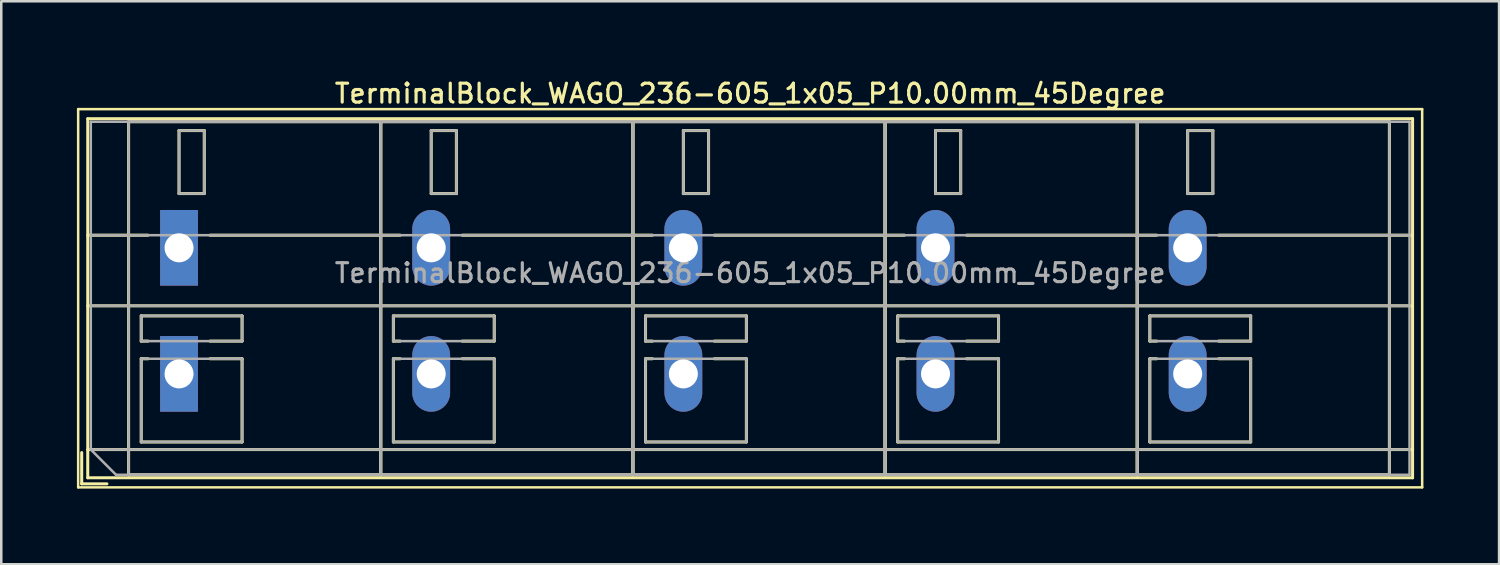
<source format=kicad_pcb>
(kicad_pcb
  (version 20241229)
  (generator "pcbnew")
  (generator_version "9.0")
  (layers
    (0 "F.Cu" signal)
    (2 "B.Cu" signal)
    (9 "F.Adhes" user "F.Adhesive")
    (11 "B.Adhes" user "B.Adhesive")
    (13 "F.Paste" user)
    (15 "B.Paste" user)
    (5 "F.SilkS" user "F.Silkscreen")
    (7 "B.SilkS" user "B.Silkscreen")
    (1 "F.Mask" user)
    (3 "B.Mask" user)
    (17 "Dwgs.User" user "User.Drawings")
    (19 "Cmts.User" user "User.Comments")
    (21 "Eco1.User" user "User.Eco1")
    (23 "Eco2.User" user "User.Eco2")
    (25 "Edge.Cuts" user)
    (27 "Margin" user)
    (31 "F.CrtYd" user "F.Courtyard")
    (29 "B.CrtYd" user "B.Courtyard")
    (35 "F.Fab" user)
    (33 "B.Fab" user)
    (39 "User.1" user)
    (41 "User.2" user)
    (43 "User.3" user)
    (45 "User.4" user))
  (footprint "TerminalBlock_WAGO_236-605_1x05_P10.00mm_45Degree"
    (layer "F.Cu")
    (at 4.05 6.778)
    (property "Reference" "TerminalBlock_WAGO_236-605_1x05_P10.00mm_45Degree" (at 22.65 -6.12 0) (layer "F.SilkS") (effects (font (size 0.75 0.75) (thickness 0.125))))
    (attr through_hole)
    (fp_line (start -4 -5.5) (end -4 9.5) (stroke (width 0.1) (type solid)) (layer "F.SilkS"))
    (fp_line (start -4 9.5) (end 49.3 9.5) (stroke (width 0.1) (type solid)) (layer "F.SilkS"))
    (fp_line (start -3.86 8.12) (end -3.86 9.36) (stroke (width 0.12) (type solid)) (layer "F.SilkS"))
    (fp_line (start -3.86 9.36) (end -2.86 9.36) (stroke (width 0.12) (type solid)) (layer "F.SilkS"))
    (fp_line (start -3.62 -5.12) (end -3.62 9.12) (stroke (width 0.12) (type solid)) (layer "F.SilkS"))
    (fp_line (start -3.62 -5.12) (end 48.92 -5.12) (stroke (width 0.12) (type solid)) (layer "F.SilkS"))
    (fp_line (start -3.62 -0.5) (end -1.23 -0.5) (stroke (width 0.12) (type solid)) (layer "F.SilkS"))
    (fp_line (start -3.62 2.3) (end 48.92 2.3) (stroke (width 0.12) (type solid)) (layer "F.SilkS"))
    (fp_line (start -3.62 8) (end 48.92 8) (stroke (width 0.12) (type solid)) (layer "F.SilkS"))
    (fp_line (start -3.62 9.12) (end 48.92 9.12) (stroke (width 0.12) (type solid)) (layer "F.SilkS"))
    (fp_line (start -2 -5) (end -2 9) (stroke (width 0.12) (type solid)) (layer "F.SilkS"))
    (fp_line (start -2 -5) (end 8 -5) (stroke (width 0.12) (type solid)) (layer "F.SilkS"))
    (fp_line (start -2 9) (end 8 9) (stroke (width 0.12) (type solid)) (layer "F.SilkS"))
    (fp_line (start -1.5 2.7) (end -1.5 3.7) (stroke (width 0.12) (type solid)) (layer "F.SilkS"))
    (fp_line (start -1.5 2.7) (end 2.5 2.7) (stroke (width 0.12) (type solid)) (layer "F.SilkS"))
    (fp_line (start -1.5 3.7) (end -1.23 3.7) (stroke (width 0.12) (type solid)) (layer "F.SilkS"))
    (fp_line (start -1.5 4.4) (end -1.5 7.7) (stroke (width 0.12) (type solid)) (layer "F.SilkS"))
    (fp_line (start -1.5 4.4) (end -1.23 4.4) (stroke (width 0.12) (type solid)) (layer "F.SilkS"))
    (fp_line (start -1.5 7.7) (end 2.5 7.7) (stroke (width 0.12) (type solid)) (layer "F.SilkS"))
    (fp_line (start 0 -4.65) (end 0 -2.151) (stroke (width 0.12) (type solid)) (layer "F.SilkS"))
    (fp_line (start 0 -4.65) (end 1 -4.65) (stroke (width 0.12) (type solid)) (layer "F.SilkS"))
    (fp_line (start 0 -2.151) (end 1 -2.151) (stroke (width 0.12) (type solid)) (layer "F.SilkS"))
    (fp_line (start 1 -4.65) (end 1 -2.151) (stroke (width 0.12) (type solid)) (layer "F.SilkS"))
    (fp_line (start 1.23 -0.5) (end 8.77 -0.5) (stroke (width 0.12) (type solid)) (layer "F.SilkS"))
    (fp_line (start 1.23 3.7) (end 2.5 3.7) (stroke (width 0.12) (type solid)) (layer "F.SilkS"))
    (fp_line (start 1.23 4.4) (end 2.5 4.4) (stroke (width 0.12) (type solid)) (layer "F.SilkS"))
    (fp_line (start 2.5 2.7) (end 2.5 3.7) (stroke (width 0.12) (type solid)) (layer "F.SilkS"))
    (fp_line (start 2.5 4.4) (end 2.5 7.7) (stroke (width 0.12) (type solid)) (layer "F.SilkS"))
    (fp_line (start 8 -5) (end 8 9) (stroke (width 0.12) (type solid)) (layer "F.SilkS"))
    (fp_line (start 8 -5) (end 8 9) (stroke (width 0.12) (type solid)) (layer "F.SilkS"))
    (fp_line (start 8 -5) (end 18 -5) (stroke (width 0.12) (type solid)) (layer "F.SilkS"))
    (fp_line (start 8 9) (end 18 9) (stroke (width 0.12) (type solid)) (layer "F.SilkS"))
    (fp_line (start 8.5 2.7) (end 8.5 3.7) (stroke (width 0.12) (type solid)) (layer "F.SilkS"))
    (fp_line (start 8.5 2.7) (end 12.5 2.7) (stroke (width 0.12) (type solid)) (layer "F.SilkS"))
    (fp_line (start 8.5 3.7) (end 8.77 3.7) (stroke (width 0.12) (type solid)) (layer "F.SilkS"))
    (fp_line (start 8.5 4.4) (end 8.5 7.7) (stroke (width 0.12) (type solid)) (layer "F.SilkS"))
    (fp_line (start 8.5 4.4) (end 8.77 4.4) (stroke (width 0.12) (type solid)) (layer "F.SilkS"))
    (fp_line (start 8.5 7.7) (end 12.5 7.7) (stroke (width 0.12) (type solid)) (layer "F.SilkS"))
    (fp_line (start 10 -4.65) (end 10 -2.151) (stroke (width 0.12) (type solid)) (layer "F.SilkS"))
    (fp_line (start 10 -4.65) (end 11 -4.65) (stroke (width 0.12) (type solid)) (layer "F.SilkS"))
    (fp_line (start 10 -2.151) (end 11 -2.151) (stroke (width 0.12) (type solid)) (layer "F.SilkS"))
    (fp_line (start 11 -4.65) (end 11 -2.151) (stroke (width 0.12) (type solid)) (layer "F.SilkS"))
    (fp_line (start 11.23 -0.5) (end 18.77 -0.5) (stroke (width 0.12) (type solid)) (layer "F.SilkS"))
    (fp_line (start 11.23 3.7) (end 12.5 3.7) (stroke (width 0.12) (type solid)) (layer "F.SilkS"))
    (fp_line (start 11.23 4.4) (end 12.5 4.4) (stroke (width 0.12) (type solid)) (layer "F.SilkS"))
    (fp_line (start 12.5 2.7) (end 12.5 3.7) (stroke (width 0.12) (type solid)) (layer "F.SilkS"))
    (fp_line (start 12.5 4.4) (end 12.5 7.7) (stroke (width 0.12) (type solid)) (layer "F.SilkS"))
    (fp_line (start 18 -5) (end 18 9) (stroke (width 0.12) (type solid)) (layer "F.SilkS"))
    (fp_line (start 18 -5) (end 18 9) (stroke (width 0.12) (type solid)) (layer "F.SilkS"))
    (fp_line (start 18 -5) (end 28 -5) (stroke (width 0.12) (type solid)) (layer "F.SilkS"))
    (fp_line (start 18 9) (end 28 9) (stroke (width 0.12) (type solid)) (layer "F.SilkS"))
    (fp_line (start 18.5 2.7) (end 18.5 3.7) (stroke (width 0.12) (type solid)) (layer "F.SilkS"))
    (fp_line (start 18.5 2.7) (end 22.5 2.7) (stroke (width 0.12) (type solid)) (layer "F.SilkS"))
    (fp_line (start 18.5 3.7) (end 18.77 3.7) (stroke (width 0.12) (type solid)) (layer "F.SilkS"))
    (fp_line (start 18.5 4.4) (end 18.5 7.7) (stroke (width 0.12) (type solid)) (layer "F.SilkS"))
    (fp_line (start 18.5 4.4) (end 18.77 4.4) (stroke (width 0.12) (type solid)) (layer "F.SilkS"))
    (fp_line (start 18.5 7.7) (end 22.5 7.7) (stroke (width 0.12) (type solid)) (layer "F.SilkS"))
    (fp_line (start 20 -4.65) (end 20 -2.151) (stroke (width 0.12) (type solid)) (layer "F.SilkS"))
    (fp_line (start 20 -4.65) (end 21 -4.65) (stroke (width 0.12) (type solid)) (layer "F.SilkS"))
    (fp_line (start 20 -2.151) (end 21 -2.151) (stroke (width 0.12) (type solid)) (layer "F.SilkS"))
    (fp_line (start 21 -4.65) (end 21 -2.151) (stroke (width 0.12) (type solid)) (layer "F.SilkS"))
    (fp_line (start 21.23 -0.5) (end 28.77 -0.5) (stroke (width 0.12) (type solid)) (layer "F.SilkS"))
    (fp_line (start 21.23 3.7) (end 22.5 3.7) (stroke (width 0.12) (type solid)) (layer "F.SilkS"))
    (fp_line (start 21.23 4.4) (end 22.5 4.4) (stroke (width 0.12) (type solid)) (layer "F.SilkS"))
    (fp_line (start 22.5 2.7) (end 22.5 3.7) (stroke (width 0.12) (type solid)) (layer "F.SilkS"))
    (fp_line (start 22.5 4.4) (end 22.5 7.7) (stroke (width 0.12) (type solid)) (layer "F.SilkS"))
    (fp_line (start 28 -5) (end 28 9) (stroke (width 0.12) (type solid)) (layer "F.SilkS"))
    (fp_line (start 28 -5) (end 28 9) (stroke (width 0.12) (type solid)) (layer "F.SilkS"))
    (fp_line (start 28 -5) (end 38 -5) (stroke (width 0.12) (type solid)) (layer "F.SilkS"))
    (fp_line (start 28 9) (end 38 9) (stroke (width 0.12) (type solid)) (layer "F.SilkS"))
    (fp_line (start 28.5 2.7) (end 28.5 3.7) (stroke (width 0.12) (type solid)) (layer "F.SilkS"))
    (fp_line (start 28.5 2.7) (end 32.5 2.7) (stroke (width 0.12) (type solid)) (layer "F.SilkS"))
    (fp_line (start 28.5 3.7) (end 28.77 3.7) (stroke (width 0.12) (type solid)) (layer "F.SilkS"))
    (fp_line (start 28.5 4.4) (end 28.5 7.7) (stroke (width 0.12) (type solid)) (layer "F.SilkS"))
    (fp_line (start 28.5 4.4) (end 28.77 4.4) (stroke (width 0.12) (type solid)) (layer "F.SilkS"))
    (fp_line (start 28.5 7.7) (end 32.5 7.7) (stroke (width 0.12) (type solid)) (layer "F.SilkS"))
    (fp_line (start 30 -4.65) (end 30 -2.151) (stroke (width 0.12) (type solid)) (layer "F.SilkS"))
    (fp_line (start 30 -4.65) (end 31 -4.65) (stroke (width 0.12) (type solid)) (layer "F.SilkS"))
    (fp_line (start 30 -2.151) (end 31 -2.151) (stroke (width 0.12) (type solid)) (layer "F.SilkS"))
    (fp_line (start 31 -4.65) (end 31 -2.151) (stroke (width 0.12) (type solid)) (layer "F.SilkS"))
    (fp_line (start 31.23 -0.5) (end 38.77 -0.5) (stroke (width 0.12) (type solid)) (layer "F.SilkS"))
    (fp_line (start 31.23 3.7) (end 32.5 3.7) (stroke (width 0.12) (type solid)) (layer "F.SilkS"))
    (fp_line (start 31.23 4.4) (end 32.5 4.4) (stroke (width 0.12) (type solid)) (layer "F.SilkS"))
    (fp_line (start 32.5 2.7) (end 32.5 3.7) (stroke (width 0.12) (type solid)) (layer "F.SilkS"))
    (fp_line (start 32.5 4.4) (end 32.5 7.7) (stroke (width 0.12) (type solid)) (layer "F.SilkS"))
    (fp_line (start 38 -5) (end 38 9) (stroke (width 0.12) (type solid)) (layer "F.SilkS"))
    (fp_line (start 38 -5) (end 38 9) (stroke (width 0.12) (type solid)) (layer "F.SilkS"))
    (fp_line (start 38 -5) (end 48 -5) (stroke (width 0.12) (type solid)) (layer "F.SilkS"))
    (fp_line (start 38 9) (end 48 9) (stroke (width 0.12) (type solid)) (layer "F.SilkS"))
    (fp_line (start 38.5 2.7) (end 38.5 3.7) (stroke (width 0.12) (type solid)) (layer "F.SilkS"))
    (fp_line (start 38.5 2.7) (end 42.5 2.7) (stroke (width 0.12) (type solid)) (layer "F.SilkS"))
    (fp_line (start 38.5 3.7) (end 38.77 3.7) (stroke (width 0.12) (type solid)) (layer "F.SilkS"))
    (fp_line (start 38.5 4.4) (end 38.5 7.7) (stroke (width 0.12) (type solid)) (layer "F.SilkS"))
    (fp_line (start 38.5 4.4) (end 38.77 4.4) (stroke (width 0.12) (type solid)) (layer "F.SilkS"))
    (fp_line (start 38.5 7.7) (end 42.5 7.7) (stroke (width 0.12) (type solid)) (layer "F.SilkS"))
    (fp_line (start 40 -4.65) (end 40 -2.151) (stroke (width 0.12) (type solid)) (layer "F.SilkS"))
    (fp_line (start 40 -4.65) (end 41 -4.65) (stroke (width 0.12) (type solid)) (layer "F.SilkS"))
    (fp_line (start 40 -2.151) (end 41 -2.151) (stroke (width 0.12) (type solid)) (layer "F.SilkS"))
    (fp_line (start 41 -4.65) (end 41 -2.151) (stroke (width 0.12) (type solid)) (layer "F.SilkS"))
    (fp_line (start 41.23 -0.5) (end 48.92 -0.5) (stroke (width 0.12) (type solid)) (layer "F.SilkS"))
    (fp_line (start 41.23 3.7) (end 42.5 3.7) (stroke (width 0.12) (type solid)) (layer "F.SilkS"))
    (fp_line (start 41.23 4.4) (end 42.5 4.4) (stroke (width 0.12) (type solid)) (layer "F.SilkS"))
    (fp_line (start 42.5 2.7) (end 42.5 3.7) (stroke (width 0.12) (type solid)) (layer "F.SilkS"))
    (fp_line (start 42.5 4.4) (end 42.5 7.7) (stroke (width 0.12) (type solid)) (layer "F.SilkS"))
    (fp_line (start 48 -5) (end 48 9) (stroke (width 0.12) (type solid)) (layer "F.SilkS"))
    (fp_line (start 48.92 -5.12) (end 48.92 9.12) (stroke (width 0.12) (type solid)) (layer "F.SilkS"))
    (fp_line (start 49.3 -5.5) (end -4 -5.5) (stroke (width 0.1) (type solid)) (layer "F.SilkS"))
    (fp_line (start 49.3 9.5) (end 49.3 -5.5) (stroke (width 0.1) (type solid)) (layer "F.SilkS"))
    (fp_line (start -3.5 -5) (end 48.8 -5) (stroke (width 0.1) (type solid)) (layer "F.Fab"))
    (fp_line (start -3.5 -0.5) (end 48.8 -0.5) (stroke (width 0.1) (type solid)) (layer "F.Fab"))
    (fp_line (start -3.5 2.3) (end 48.8 2.3) (stroke (width 0.1) (type solid)) (layer "F.Fab"))
    (fp_line (start -3.5 8) (end -3.5 -5) (stroke (width 0.1) (type solid)) (layer "F.Fab"))
    (fp_line (start -3.5 8) (end 48.8 8) (stroke (width 0.1) (type solid)) (layer "F.Fab"))
    (fp_line (start -2.5 9) (end -3.5 8) (stroke (width 0.1) (type solid)) (layer "F.Fab"))
    (fp_line (start -2 -5) (end -2 9) (stroke (width 0.1) (type solid)) (layer "F.Fab"))
    (fp_line (start -2 9) (end 8 9) (stroke (width 0.1) (type solid)) (layer "F.Fab"))
    (fp_line (start -1.5 2.7) (end -1.5 3.7) (stroke (width 0.1) (type solid)) (layer "F.Fab"))
    (fp_line (start -1.5 3.7) (end 2.5 3.7) (stroke (width 0.1) (type solid)) (layer "F.Fab"))
    (fp_line (start -1.5 4.4) (end -1.5 7.7) (stroke (width 0.1) (type solid)) (layer "F.Fab"))
    (fp_line (start -1.5 7.7) (end 2.5 7.7) (stroke (width 0.1) (type solid)) (layer "F.Fab"))
    (fp_line (start 0 -4.65) (end 0 -2.15) (stroke (width 0.1) (type solid)) (layer "F.Fab"))
    (fp_line (start 0 -2.15) (end 1 -2.15) (stroke (width 0.1) (type solid)) (layer "F.Fab"))
    (fp_line (start 1 -4.65) (end 0 -4.65) (stroke (width 0.1) (type solid)) (layer "F.Fab"))
    (fp_line (start 1 -2.15) (end 1 -4.65) (stroke (width 0.1) (type solid)) (layer "F.Fab"))
    (fp_line (start 2.5 2.7) (end -1.5 2.7) (stroke (width 0.1) (type solid)) (layer "F.Fab"))
    (fp_line (start 2.5 3.7) (end 2.5 2.7) (stroke (width 0.1) (type solid)) (layer "F.Fab"))
    (fp_line (start 2.5 4.4) (end -1.5 4.4) (stroke (width 0.1) (type solid)) (layer "F.Fab"))
    (fp_line (start 2.5 7.7) (end 2.5 4.4) (stroke (width 0.1) (type solid)) (layer "F.Fab"))
    (fp_line (start 8 -5) (end -2 -5) (stroke (width 0.1) (type solid)) (layer "F.Fab"))
    (fp_line (start 8 -5) (end 8 9) (stroke (width 0.1) (type solid)) (layer "F.Fab"))
    (fp_line (start 8 9) (end 8 -5) (stroke (width 0.1) (type solid)) (layer "F.Fab"))
    (fp_line (start 8 9) (end 18 9) (stroke (width 0.1) (type solid)) (layer "F.Fab"))
    (fp_line (start 8.5 2.7) (end 8.5 3.7) (stroke (width 0.1) (type solid)) (layer "F.Fab"))
    (fp_line (start 8.5 3.7) (end 12.5 3.7) (stroke (width 0.1) (type solid)) (layer "F.Fab"))
    (fp_line (start 8.5 4.4) (end 8.5 7.7) (stroke (width 0.1) (type solid)) (layer "F.Fab"))
    (fp_line (start 8.5 7.7) (end 12.5 7.7) (stroke (width 0.1) (type solid)) (layer "F.Fab"))
    (fp_line (start 10 -4.65) (end 10 -2.15) (stroke (width 0.1) (type solid)) (layer "F.Fab"))
    (fp_line (start 10 -2.15) (end 11 -2.15) (stroke (width 0.1) (type solid)) (layer "F.Fab"))
    (fp_line (start 11 -4.65) (end 10 -4.65) (stroke (width 0.1) (type solid)) (layer "F.Fab"))
    (fp_line (start 11 -2.15) (end 11 -4.65) (stroke (width 0.1) (type solid)) (layer "F.Fab"))
    (fp_line (start 12.5 2.7) (end 8.5 2.7) (stroke (width 0.1) (type solid)) (layer "F.Fab"))
    (fp_line (start 12.5 3.7) (end 12.5 2.7) (stroke (width 0.1) (type solid)) (layer "F.Fab"))
    (fp_line (start 12.5 4.4) (end 8.5 4.4) (stroke (width 0.1) (type solid)) (layer "F.Fab"))
    (fp_line (start 12.5 7.7) (end 12.5 4.4) (stroke (width 0.1) (type solid)) (layer "F.Fab"))
    (fp_line (start 18 -5) (end 8 -5) (stroke (width 0.1) (type solid)) (layer "F.Fab"))
    (fp_line (start 18 -5) (end 18 9) (stroke (width 0.1) (type solid)) (layer "F.Fab"))
    (fp_line (start 18 9) (end 18 -5) (stroke (width 0.1) (type solid)) (layer "F.Fab"))
    (fp_line (start 18 9) (end 28 9) (stroke (width 0.1) (type solid)) (layer "F.Fab"))
    (fp_line (start 18.5 2.7) (end 18.5 3.7) (stroke (width 0.1) (type solid)) (layer "F.Fab"))
    (fp_line (start 18.5 3.7) (end 22.5 3.7) (stroke (width 0.1) (type solid)) (layer "F.Fab"))
    (fp_line (start 18.5 4.4) (end 18.5 7.7) (stroke (width 0.1) (type solid)) (layer "F.Fab"))
    (fp_line (start 18.5 7.7) (end 22.5 7.7) (stroke (width 0.1) (type solid)) (layer "F.Fab"))
    (fp_line (start 20 -4.65) (end 20 -2.15) (stroke (width 0.1) (type solid)) (layer "F.Fab"))
    (fp_line (start 20 -2.15) (end 21 -2.15) (stroke (width 0.1) (type solid)) (layer "F.Fab"))
    (fp_line (start 21 -4.65) (end 20 -4.65) (stroke (width 0.1) (type solid)) (layer "F.Fab"))
    (fp_line (start 21 -2.15) (end 21 -4.65) (stroke (width 0.1) (type solid)) (layer "F.Fab"))
    (fp_line (start 22.5 2.7) (end 18.5 2.7) (stroke (width 0.1) (type solid)) (layer "F.Fab"))
    (fp_line (start 22.5 3.7) (end 22.5 2.7) (stroke (width 0.1) (type solid)) (layer "F.Fab"))
    (fp_line (start 22.5 4.4) (end 18.5 4.4) (stroke (width 0.1) (type solid)) (layer "F.Fab"))
    (fp_line (start 22.5 7.7) (end 22.5 4.4) (stroke (width 0.1) (type solid)) (layer "F.Fab"))
    (fp_line (start 28 -5) (end 18 -5) (stroke (width 0.1) (type solid)) (layer "F.Fab"))
    (fp_line (start 28 -5) (end 28 9) (stroke (width 0.1) (type solid)) (layer "F.Fab"))
    (fp_line (start 28 9) (end 28 -5) (stroke (width 0.1) (type solid)) (layer "F.Fab"))
    (fp_line (start 28 9) (end 38 9) (stroke (width 0.1) (type solid)) (layer "F.Fab"))
    (fp_line (start 28.5 2.7) (end 28.5 3.7) (stroke (width 0.1) (type solid)) (layer "F.Fab"))
    (fp_line (start 28.5 3.7) (end 32.5 3.7) (stroke (width 0.1) (type solid)) (layer "F.Fab"))
    (fp_line (start 28.5 4.4) (end 28.5 7.7) (stroke (width 0.1) (type solid)) (layer "F.Fab"))
    (fp_line (start 28.5 7.7) (end 32.5 7.7) (stroke (width 0.1) (type solid)) (layer "F.Fab"))
    (fp_line (start 30 -4.65) (end 30 -2.15) (stroke (width 0.1) (type solid)) (layer "F.Fab"))
    (fp_line (start 30 -2.15) (end 31 -2.15) (stroke (width 0.1) (type solid)) (layer "F.Fab"))
    (fp_line (start 31 -4.65) (end 30 -4.65) (stroke (width 0.1) (type solid)) (layer "F.Fab"))
    (fp_line (start 31 -2.15) (end 31 -4.65) (stroke (width 0.1) (type solid)) (layer "F.Fab"))
    (fp_line (start 32.5 2.7) (end 28.5 2.7) (stroke (width 0.1) (type solid)) (layer "F.Fab"))
    (fp_line (start 32.5 3.7) (end 32.5 2.7) (stroke (width 0.1) (type solid)) (layer "F.Fab"))
    (fp_line (start 32.5 4.4) (end 28.5 4.4) (stroke (width 0.1) (type solid)) (layer "F.Fab"))
    (fp_line (start 32.5 7.7) (end 32.5 4.4) (stroke (width 0.1) (type solid)) (layer "F.Fab"))
    (fp_line (start 38 -5) (end 28 -5) (stroke (width 0.1) (type solid)) (layer "F.Fab"))
    (fp_line (start 38 -5) (end 38 9) (stroke (width 0.1) (type solid)) (layer "F.Fab"))
    (fp_line (start 38 9) (end 38 -5) (stroke (width 0.1) (type solid)) (layer "F.Fab"))
    (fp_line (start 38 9) (end 48 9) (stroke (width 0.1) (type solid)) (layer "F.Fab"))
    (fp_line (start 38.5 2.7) (end 38.5 3.7) (stroke (width 0.1) (type solid)) (layer "F.Fab"))
    (fp_line (start 38.5 3.7) (end 42.5 3.7) (stroke (width 0.1) (type solid)) (layer "F.Fab"))
    (fp_line (start 38.5 4.4) (end 38.5 7.7) (stroke (width 0.1) (type solid)) (layer "F.Fab"))
    (fp_line (start 38.5 7.7) (end 42.5 7.7) (stroke (width 0.1) (type solid)) (layer "F.Fab"))
    (fp_line (start 40 -4.65) (end 40 -2.15) (stroke (width 0.1) (type solid)) (layer "F.Fab"))
    (fp_line (start 40 -2.15) (end 41 -2.15) (stroke (width 0.1) (type solid)) (layer "F.Fab"))
    (fp_line (start 41 -4.65) (end 40 -4.65) (stroke (width 0.1) (type solid)) (layer "F.Fab"))
    (fp_line (start 41 -2.15) (end 41 -4.65) (stroke (width 0.1) (type solid)) (layer "F.Fab"))
    (fp_line (start 42.5 2.7) (end 38.5 2.7) (stroke (width 0.1) (type solid)) (layer "F.Fab"))
    (fp_line (start 42.5 3.7) (end 42.5 2.7) (stroke (width 0.1) (type solid)) (layer "F.Fab"))
    (fp_line (start 42.5 4.4) (end 38.5 4.4) (stroke (width 0.1) (type solid)) (layer "F.Fab"))
    (fp_line (start 42.5 7.7) (end 42.5 4.4) (stroke (width 0.1) (type solid)) (layer "F.Fab"))
    (fp_line (start 48 -5) (end 38 -5) (stroke (width 0.1) (type solid)) (layer "F.Fab"))
    (fp_line (start 48 9) (end 48 -5) (stroke (width 0.1) (type solid)) (layer "F.Fab"))
    (fp_line (start 48.8 -5) (end 48.8 9) (stroke (width 0.1) (type solid)) (layer "F.Fab"))
    (fp_line (start 48.8 9) (end -2.5 9) (stroke (width 0.1) (type solid)) (layer "F.Fab"))
    (fp_text user "${REFERENCE}" (at 22.65 1 0) (layer "F.Fab") (effects (font (size 0.75 0.75) (thickness 0.125))))
    (pad "1" thru_hole rect (at 0 0) (size 1.5 3) (drill 1.15) (layers "*.Cu" "*.Mask"))
    (pad "1" thru_hole rect (at 0 5) (size 1.5 3) (drill 1.15) (layers "*.Cu" "*.Mask"))
    (pad "2" thru_hole oval (at 10 0) (size 1.5 3) (drill 1.15) (layers "*.Cu" "*.Mask"))
    (pad "2" thru_hole oval (at 10 5) (size 1.5 3) (drill 1.15) (layers "*.Cu" "*.Mask"))
    (pad "3" thru_hole oval (at 20 0) (size 1.5 3) (drill 1.15) (layers "*.Cu" "*.Mask"))
    (pad "3" thru_hole oval (at 20 5) (size 1.5 3) (drill 1.15) (layers "*.Cu" "*.Mask"))
    (pad "4" thru_hole oval (at 30 0) (size 1.5 3) (drill 1.15) (layers "*.Cu" "*.Mask"))
    (pad "4" thru_hole oval (at 30 5) (size 1.5 3) (drill 1.15) (layers "*.Cu" "*.Mask"))
    (pad "5" thru_hole oval (at 40 0) (size 1.5 3) (drill 1.15) (layers "*.Cu" "*.Mask"))
    (pad "5" thru_hole oval (at 40 5) (size 1.5 3) (drill 1.15) (layers "*.Cu" "*.Mask")))
  (gr_rect
    (start -3 -3)
    (end 56.4 19.328)
    (stroke (width 0.1) (type default))
    (fill no)
    (layer "Edge.Cuts")))
</source>
